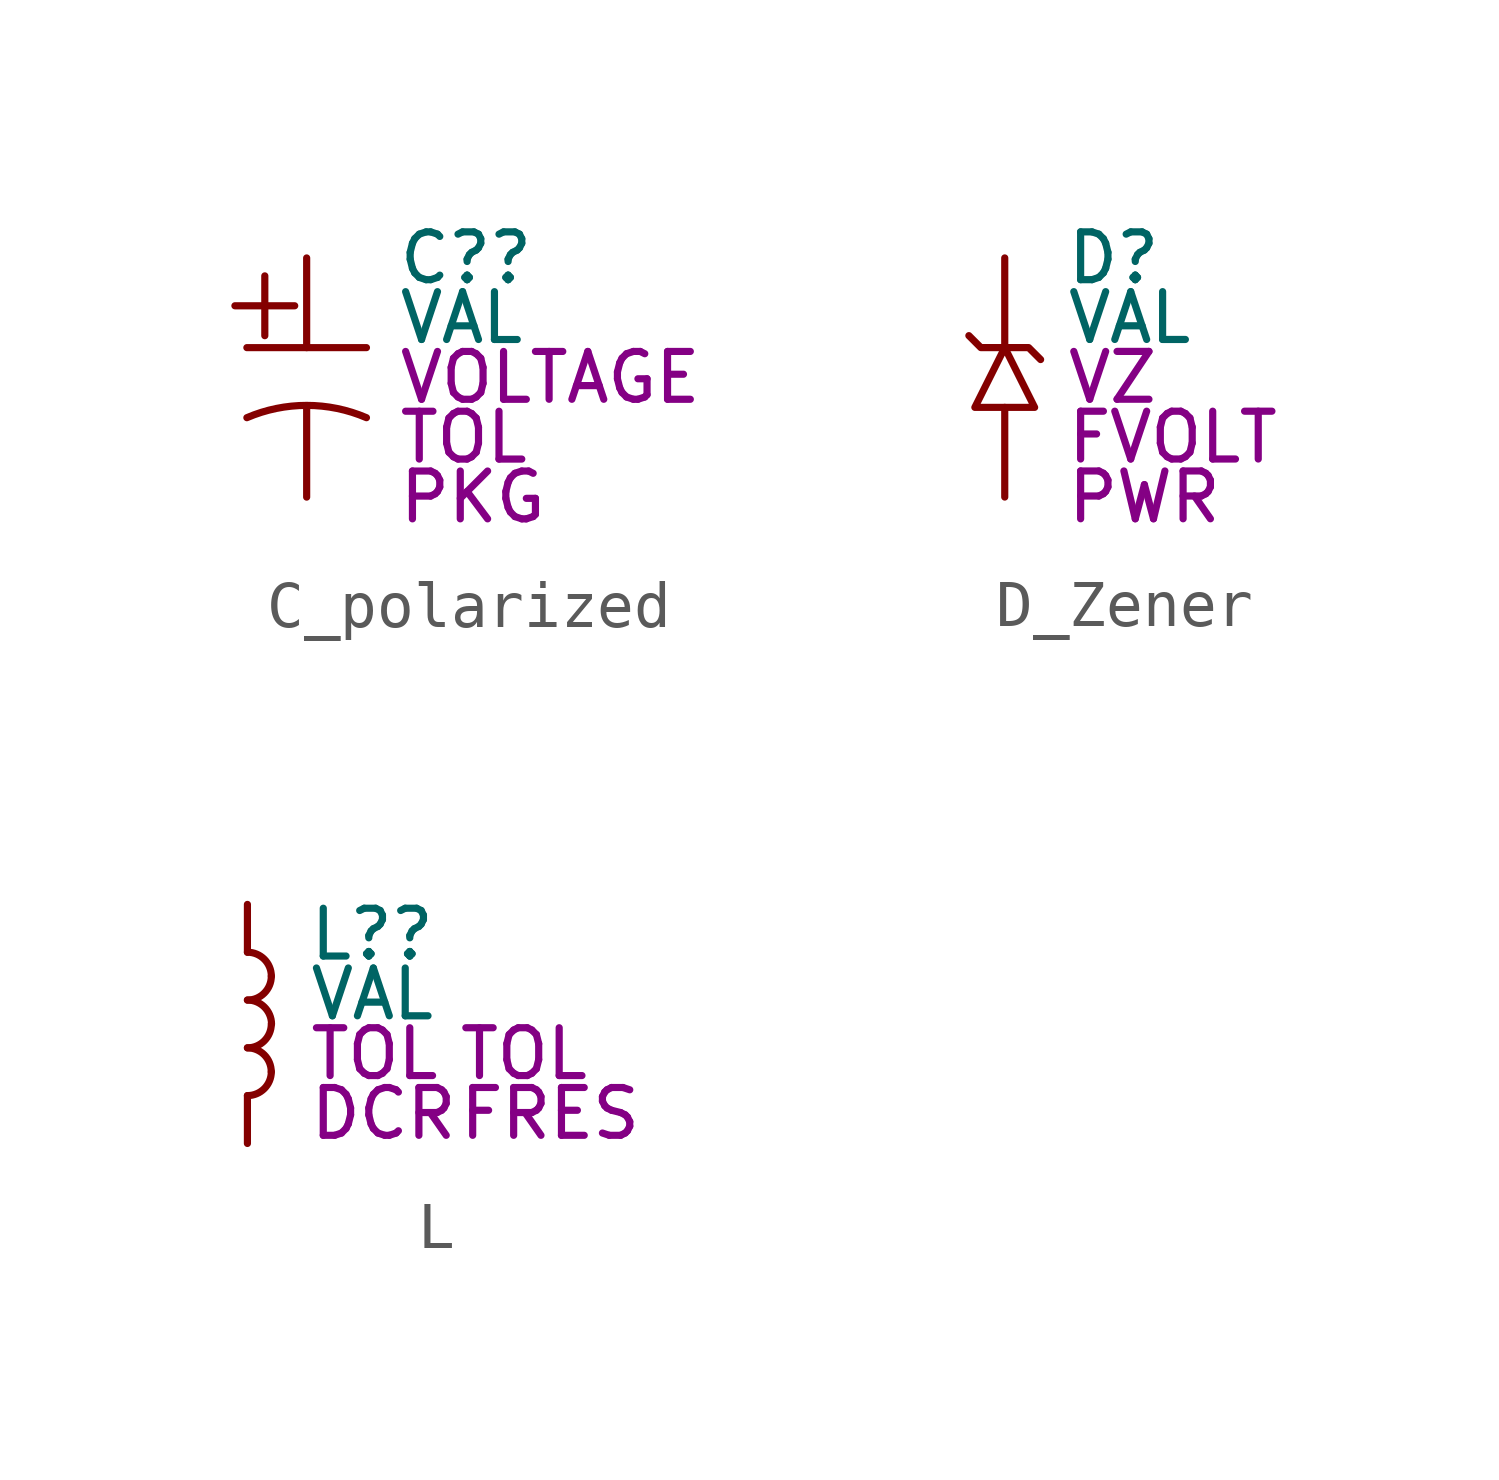
<source format=kicad_sym>
(kicad_symbol_lib
  (version 20231120)
  (generator "kicad_symbol_editor")
  (generator_version "8.0")
  (symbol "C_polarized"
    (property "Reference" "C?"
      (at 1.905 2.54 0)
      (do_not_autoplace)
      (effects (font (size 1.016 1.016)) (justify left)))
    (property "Value" "VAL"
      (at 1.905 1.27 0)
      (do_not_autoplace)
      (effects (font (size 1.016 1.016)) (justify left)))
    (property "Tolerance" "TOL"
      (at 1.905 -1.27 0)
      (do_not_autoplace)
      (effects (font (size 1.016 1.016)) (justify left)))
    (property "Voltage Rating" "VOLTAGE"
      (at 1.905 0 0)
      (do_not_autoplace)
      (effects (font (size 1.016 1.016)) (justify left)))
    (property "Package" "PKG"
      (at 1.905 -2.54 0)
      (do_not_autoplace)
      (effects (font (size 1.016 1.016)) (justify left)))
    (symbol "C_polarized_0_1"
      (polyline (pts (xy -1.524 1.524) (xy -0.254 1.524)) (stroke (width 0) (type default)) (fill (type none)))
      (polyline (pts (xy -1.27 0.635) (xy 1.27 0.635)) (stroke (width 0) (type default)) (fill (type none)))
      (polyline (pts (xy -0.889 2.159) (xy -0.889 0.889)) (stroke (width 0) (type default)) (fill (type none)))
      (arc (start 1.27 -0.8531) (mid 0 -0.5919) (end -1.27 -0.8531) (stroke (width 0) (type default)) (fill (type none))))
    (symbol "C_polarized_1_1"
      (pin passive line (at 0 2.54 270) (length 1.905) (name "" (effects (font (size 0 0)))) (number "1" (effects (font (size 0 0)))))
      (pin passive line (at 0 -2.54 90) (length 1.905) (name "" (effects (font (size 0 0)))) (number "2" (effects (font (size 0 0)))))))
  (symbol "D_Zener"
    (pin_numbers hide)
    (property "Reference" "D"
      (at 1.27 2.54 0)
      (do_not_autoplace)
      (effects (font (size 1.016 1.016)) (justify left)))
    (property "Value" "VAL"
      (at 1.27 1.27 0)
      (do_not_autoplace)
      (effects (font (size 1.016 1.016)) (justify left)))
    (property "Zener Voltage" "VZ"
      (at 1.27 0 0)
      (do_not_autoplace)
      (effects (font (size 1.016 1.016)) (justify left)))
    (property "Forward Voltage" "FVOLT"
      (at 1.27 -1.27 0)
      (do_not_autoplace)
      (effects (font (size 1.016 1.016)) (justify left)))
    (property "Power Rating" "PWR"
      (at 1.27 -2.54 0)
      (do_not_autoplace)
      (effects (font (size 1.016 1.016)) (justify left)))
    (symbol "D_Zener_0_1"
      (polyline (pts (xy 0 0.635) (xy -0.508 0.635) (xy -0.762 0.889)) (stroke (width 0) (type default)) (fill (type none)))
      (polyline (pts (xy 0 0.635) (xy 0.508 0.635) (xy 0.762 0.381)) (stroke (width 0) (type default)) (fill (type none))))
    (symbol "D_Zener_1_0"
      (pin passive line (at 0 -2.54 90) (length 1.905) (name "" (effects (font (size 1.27 1.27)))) (number "1" (effects (font (size 1.27 1.27)))))
      (pin passive line (at 0 2.54 270) (length 1.905) (name "" (effects (font (size 1.27 1.27)))) (number "2" (effects (font (size 1.27 1.27))))))
    (symbol "D_Zener_1_1"
      (polyline (pts (xy -0.635 -0.635) (xy 0.635 -0.635) (xy 0 0.635) (xy -0.635 -0.635)) (stroke (width 0.152) (type default)) (fill (type none)))))
  (symbol "L"
    (pin_numbers hide)
    (pin_names hide)
    (property "Reference" "L?"
      (at 1.27 1.905 0)
      (do_not_autoplace)
      (effects (font (size 1.016 1.016)) (justify left)))
    (property "Value" "VAL"
      (at 1.27 0.635 0)
      (do_not_autoplace)
      (effects (font (size 1.016 1.016)) (justify left)))
    (property "Tolerance" "TOL"
      (at 1.27 -0.635 0)
      (do_not_autoplace)
      (effects (font (size 1.016 1.016)) (justify left)))
    (property "Current Rating" "TOL"
      (at 4.445 -0.635 0)
      (do_not_autoplace)
      (effects (font (size 1.016 1.016)) (justify left)))
    (property "DC Resistance" "DCR"
      (at 1.27 -1.905 0)
      (do_not_autoplace)
      (effects (font (size 1.016 1.016)) (justify left)))
    (property "Resonant Frequency" "FRES"
      (at 4.445 -1.905 0)
      (do_not_autoplace)
      (effects (font (size 1.016 1.016)) (justify left)))
    (symbol "L_0_1"
      (arc (start 0 -1.524) (mid 0.3592 -1.3752) (end 0.508 -1.016) (stroke (width 0) (type default)) (fill (type none)))
      (arc (start 0 -0.508) (mid 0.3592 -0.3592) (end 0.508 0) (stroke (width 0) (type default)) (fill (type none)))
      (arc (start 0 0.508) (mid 0.3592 0.6568) (end 0.508 1.016) (stroke (width 0) (type default)) (fill (type none)))
      (arc (start 0.508 -1.016) (mid 0.3592 -0.6568) (end 0 -0.508) (stroke (width 0) (type default)) (fill (type none)))
      (arc (start 0.508 0) (mid 0.3592 0.3592) (end 0 0.508) (stroke (width 0) (type default)) (fill (type none)))
      (arc (start 0.508 1.016) (mid 0.3592 1.3752) (end 0 1.524) (stroke (width 0) (type default)) (fill (type none))))
    (symbol "L_1_0"
      (pin passive line (at 0 2.54 270) (length 1.016) (name "" (effects (font (size 1.27 1.27)))) (number "1" (effects (font (size 1.27 1.27)))))
      (pin passive line (at 0 -2.54 90) (length 1.016) (name "" (effects (font (size 1.27 1.27)))) (number "2" (effects (font (size 1.27 1.27))))))))
</source>
